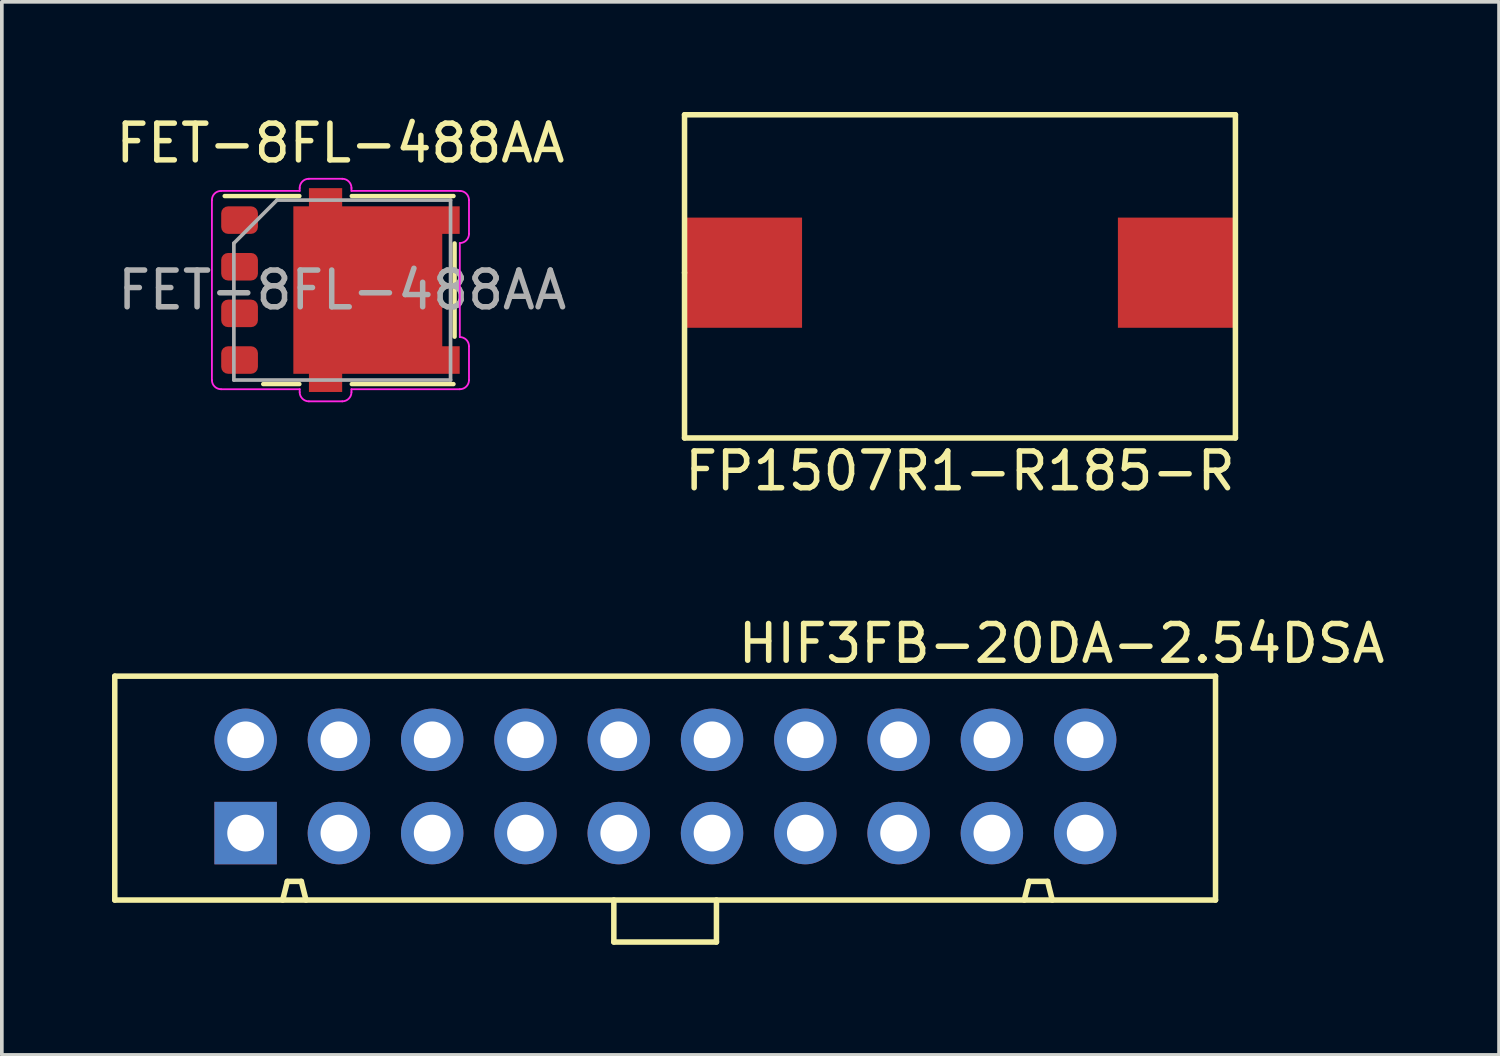
<source format=kicad_pcb>
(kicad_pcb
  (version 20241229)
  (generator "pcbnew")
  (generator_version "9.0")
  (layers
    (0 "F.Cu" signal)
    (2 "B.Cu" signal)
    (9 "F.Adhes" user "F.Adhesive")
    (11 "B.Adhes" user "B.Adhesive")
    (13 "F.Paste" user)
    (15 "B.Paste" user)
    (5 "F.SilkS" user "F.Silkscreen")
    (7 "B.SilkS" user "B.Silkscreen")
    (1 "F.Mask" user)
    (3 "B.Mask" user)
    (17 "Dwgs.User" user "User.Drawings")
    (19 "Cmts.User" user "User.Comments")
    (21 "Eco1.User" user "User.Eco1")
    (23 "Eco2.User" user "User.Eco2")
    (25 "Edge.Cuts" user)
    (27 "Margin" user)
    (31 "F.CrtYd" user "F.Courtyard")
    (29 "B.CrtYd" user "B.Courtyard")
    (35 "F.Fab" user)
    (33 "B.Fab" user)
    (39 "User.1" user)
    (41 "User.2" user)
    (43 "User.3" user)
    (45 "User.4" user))
  (footprint "FP1507R1-R185-R"
    (layer "F.Cu")
    (at 23.089 4.375)
    (property "Reference" "FP1507R1-R185-R" (at 0 5.4 0) (layer "F.SilkS") (effects (font (size 1 1) (thickness 0.15))))
    (attr through_hole)
    (fp_line (start -7.5 -4.3) (end 7.5 -4.3) (stroke (width 0.15) (type solid)) (layer "F.SilkS"))
    (fp_line (start -7.5 0) (end -7.5 -4.3) (stroke (width 0.15) (type solid)) (layer "F.SilkS"))
    (fp_line (start -7.5 4.5) (end -7.5 0) (stroke (width 0.15) (type solid)) (layer "F.SilkS"))
    (fp_line (start 7.5 -4.3) (end 7.5 4.5) (stroke (width 0.15) (type solid)) (layer "F.SilkS"))
    (fp_line (start 7.5 4.5) (end -7.5 4.5) (stroke (width 0.15) (type solid)) (layer "F.SilkS"))
    (pad "1" smd rect (at 5.9 0) (size 3.2 3) (layers "F.Cu" "F.Mask" "F.Paste"))
    (pad "2" smd rect (at -5.9 0) (size 3.2 3) (layers "F.Cu" "F.Mask" "F.Paste")))
  (footprint "HIF3FB-20DA-2.54DSA"
    (layer "F.Cu")
    (at 15.061 18.409)
    (property "Reference" "HIF3FB-20DA-2.54DSA" (at 10.795 -3.937 0) (layer "F.SilkS") (effects (font (size 1 1) (thickness 0.15))))
    (attr through_hole)
    (fp_line (start -14.986 -3.048) (end 14.986 -3.048) (stroke (width 0.15) (type solid)) (layer "F.SilkS"))
    (fp_line (start -14.986 3.048) (end -14.986 -3.048) (stroke (width 0.15) (type solid)) (layer "F.SilkS"))
    (fp_line (start -10.414 3.048) (end -10.287 2.54) (stroke (width 0.15) (type solid)) (layer "F.SilkS"))
    (fp_line (start -10.287 2.54) (end -9.906 2.54) (stroke (width 0.15) (type solid)) (layer "F.SilkS"))
    (fp_line (start -9.906 2.54) (end -9.779 3.048) (stroke (width 0.15) (type solid)) (layer "F.SilkS"))
    (fp_line (start -1.397 3.048) (end -1.397 4.191) (stroke (width 0.15) (type solid)) (layer "F.SilkS"))
    (fp_line (start -1.397 4.191) (end 1.397 4.191) (stroke (width 0.15) (type solid)) (layer "F.SilkS"))
    (fp_line (start 1.397 4.191) (end 1.397 3.048) (stroke (width 0.15) (type solid)) (layer "F.SilkS"))
    (fp_line (start 9.779 3.048) (end 9.906 2.54) (stroke (width 0.15) (type solid)) (layer "F.SilkS"))
    (fp_line (start 9.906 2.54) (end 10.414 2.54) (stroke (width 0.15) (type solid)) (layer "F.SilkS"))
    (fp_line (start 10.414 2.54) (end 10.541 3.048) (stroke (width 0.15) (type solid)) (layer "F.SilkS"))
    (fp_line (start 14.986 -3.048) (end 14.986 3.048) (stroke (width 0.15) (type solid)) (layer "F.SilkS"))
    (fp_line (start 14.986 3.048) (end -14.986 3.048) (stroke (width 0.15) (type solid)) (layer "F.SilkS"))
    (pad "1" thru_hole rect (at -11.423 1.225 90) (size 1.7 1.7) (drill 1) (layers "*.Cu" "*.Mask"))
    (pad "2" thru_hole oval (at -11.423 -1.315 90) (size 1.7 1.7) (drill 1) (layers "*.Cu" "*.Mask"))
    (pad "3" thru_hole oval (at -8.883 1.225 90) (size 1.7 1.7) (drill 1) (layers "*.Cu" "*.Mask"))
    (pad "4" thru_hole oval (at -8.883 -1.315 90) (size 1.7 1.7) (drill 1) (layers "*.Cu" "*.Mask"))
    (pad "5" thru_hole oval (at -6.343 1.225 90) (size 1.7 1.7) (drill 1) (layers "*.Cu" "*.Mask"))
    (pad "6" thru_hole oval (at -6.343 -1.315 90) (size 1.7 1.7) (drill 1) (layers "*.Cu" "*.Mask"))
    (pad "7" thru_hole oval (at -3.803 1.225 90) (size 1.7 1.7) (drill 1) (layers "*.Cu" "*.Mask"))
    (pad "8" thru_hole oval (at -3.803 -1.315 90) (size 1.7 1.7) (drill 1) (layers "*.Cu" "*.Mask"))
    (pad "9" thru_hole oval (at -1.263 1.225 90) (size 1.7 1.7) (drill 1) (layers "*.Cu" "*.Mask"))
    (pad "10" thru_hole oval (at -1.263 -1.315 90) (size 1.7 1.7) (drill 1) (layers "*.Cu" "*.Mask"))
    (pad "11" thru_hole oval (at 1.277 1.225 90) (size 1.7 1.7) (drill 1) (layers "*.Cu" "*.Mask"))
    (pad "12" thru_hole oval (at 1.277 -1.315 90) (size 1.7 1.7) (drill 1) (layers "*.Cu" "*.Mask"))
    (pad "13" thru_hole oval (at 3.817 1.225 90) (size 1.7 1.7) (drill 1) (layers "*.Cu" "*.Mask"))
    (pad "14" thru_hole oval (at 3.817 -1.315 90) (size 1.7 1.7) (drill 1) (layers "*.Cu" "*.Mask"))
    (pad "15" thru_hole oval (at 6.357 1.225 90) (size 1.7 1.7) (drill 1) (layers "*.Cu" "*.Mask"))
    (pad "16" thru_hole oval (at 6.357 -1.315 90) (size 1.7 1.7) (drill 1) (layers "*.Cu" "*.Mask"))
    (pad "17" thru_hole oval (at 8.897 1.225 90) (size 1.7 1.7) (drill 1) (layers "*.Cu" "*.Mask"))
    (pad "18" thru_hole oval (at 8.897 -1.315 90) (size 1.7 1.7) (drill 1) (layers "*.Cu" "*.Mask"))
    (pad "19" thru_hole oval (at 11.437 1.225 90) (size 1.7 1.7) (drill 1) (layers "*.Cu" "*.Mask"))
    (pad "20" thru_hole oval (at 11.437 -1.315 90) (size 1.7 1.7) (drill 1) (layers "*.Cu" "*.Mask")))
  (footprint "FET-8FL-488AA"
    (layer "F.Cu")
    (at 6.22 4.848)
    (property "Reference" "FET-8FL-488AA" (at 0 -4 0) (layer "F.SilkS") (effects (font (size 1 1) (thickness 0.15))))
    (attr through_hole)
    (fp_line (start -1.118 -2.56) (end -3.152 -2.56) (stroke (width 0.12) (type solid)) (layer "F.SilkS"))
    (fp_line (start -1.118 2.56) (end -2.103 2.56) (stroke (width 0.12) (type solid)) (layer "F.SilkS"))
    (fp_line (start 3.078 -2.56) (end 0.308 -2.56) (stroke (width 0.12) (type solid)) (layer "F.SilkS"))
    (fp_line (start 3.078 2.56) (end 0.308 2.56) (stroke (width 0.12) (type solid)) (layer "F.SilkS"))
    (fp_line (start 3.108 -1.27) (end 3.108 1.27) (stroke (width 0.12) (type solid)) (layer "F.SilkS"))
    (fp_line (start -3.5 2.45) (end -3.5 -2.45) (stroke (width 0.05) (type solid)) (layer "F.CrtYd"))
    (fp_line (start -3.25 -2.7) (end -1.11 -2.7) (stroke (width 0.05) (type solid)) (layer "F.CrtYd"))
    (fp_line (start -3.25 2.7) (end -1.11 2.7) (stroke (width 0.05) (type solid)) (layer "F.CrtYd"))
    (fp_line (start -1.11 -2.78) (end -1.11 -2.7) (stroke (width 0.05) (type solid)) (layer "F.CrtYd"))
    (fp_line (start -1.11 2.7) (end -1.11 2.78) (stroke (width 0.05) (type solid)) (layer "F.CrtYd"))
    (fp_line (start -0.86 -3.03) (end 0.05 -3.03) (stroke (width 0.05) (type solid)) (layer "F.CrtYd"))
    (fp_line (start -0.86 3.03) (end 0.05 3.03) (stroke (width 0.05) (type solid)) (layer "F.CrtYd"))
    (fp_line (start 0.3 -2.7) (end 0.3 -2.78) (stroke (width 0.05) (type solid)) (layer "F.CrtYd"))
    (fp_line (start 0.3 -2.7) (end 3.25 -2.7) (stroke (width 0.05) (type solid)) (layer "F.CrtYd"))
    (fp_line (start 0.3 2.7) (end 3.25 2.7) (stroke (width 0.05) (type solid)) (layer "F.CrtYd"))
    (fp_line (start 0.3 2.78) (end 0.3 2.7) (stroke (width 0.05) (type solid)) (layer "F.CrtYd"))
    (fp_line (start 3.25 1.28) (end 3.25 -1.28) (stroke (width 0.05) (type solid)) (layer "F.CrtYd"))
    (fp_line (start 3.5 -1.53) (end 3.5 -2.45) (stroke (width 0.05) (type solid)) (layer "F.CrtYd"))
    (fp_line (start 3.5 2.45) (end 3.5 1.53) (stroke (width 0.05) (type solid)) (layer "F.CrtYd"))
    (fp_arc (start -3.5 -2.45) (mid -3.426777 -2.626777) (end -3.25 -2.7) (stroke (width 0.05) (type solid)) (layer "F.CrtYd"))
    (fp_arc (start -3.25 2.7) (mid -3.426777 2.626777) (end -3.5 2.45) (stroke (width 0.05) (type solid)) (layer "F.CrtYd"))
    (fp_arc (start -1.11 -2.78) (mid -1.036777 -2.956777) (end -0.86 -3.03) (stroke (width 0.05) (type solid)) (layer "F.CrtYd"))
    (fp_arc (start -0.86 3.03) (mid -1.036777 2.956777) (end -1.11 2.78) (stroke (width 0.05) (type solid)) (layer "F.CrtYd"))
    (fp_arc (start 0.05 -3.03) (mid 0.226777 -2.956777) (end 0.3 -2.78) (stroke (width 0.05) (type solid)) (layer "F.CrtYd"))
    (fp_arc (start 0.3 2.78) (mid 0.226777 2.956777) (end 0.05 3.03) (stroke (width 0.05) (type solid)) (layer "F.CrtYd"))
    (fp_arc (start 3.25 -2.7) (mid 3.426777 -2.626777) (end 3.5 -2.45) (stroke (width 0.05) (type solid)) (layer "F.CrtYd"))
    (fp_arc (start 3.25 1.28) (mid 3.426777 1.353223) (end 3.5 1.53) (stroke (width 0.05) (type solid)) (layer "F.CrtYd"))
    (fp_arc (start 3.5 -1.53) (mid 3.426777 -1.353223) (end 3.25 -1.28) (stroke (width 0.05) (type solid)) (layer "F.CrtYd"))
    (fp_arc (start 3.5 2.45) (mid 3.426777 2.626777) (end 3.25 2.7) (stroke (width 0.05) (type solid)) (layer "F.CrtYd"))
    (fp_line (start -2.902 -1.275) (end -2.902 2.45) (stroke (width 0.1) (type solid)) (layer "F.Fab"))
    (fp_line (start -1.727 -2.45) (end -2.902 -1.275) (stroke (width 0.1) (type solid)) (layer "F.Fab"))
    (fp_line (start 2.998 -2.45) (end -1.727 -2.45) (stroke (width 0.1) (type solid)) (layer "F.Fab"))
    (fp_line (start 2.998 -2.45) (end 2.998 2.45) (stroke (width 0.1) (type solid)) (layer "F.Fab"))
    (fp_line (start 2.998 2.45) (end -2.902 2.45) (stroke (width 0.1) (type solid)) (layer "F.Fab"))
    (fp_text user "${REFERENCE}" (at 0.048 0 0) (layer "F.Fab") (effects (font (size 1 1) (thickness 0.15))))
    (pad "1" smd roundrect (at -2.747 -1.905) (size 1 0.75) (layers "F.Cu" "F.Mask" "F.Paste") (roundrect_rratio 0.25))
    (pad "2" smd roundrect (at -2.747 -0.635) (size 1 0.75) (layers "F.Cu" "F.Mask" "F.Paste") (roundrect_rratio 0.25))
    (pad "3" smd roundrect (at -2.747 0.635) (size 1 0.75) (layers "F.Cu" "F.Mask" "F.Paste") (roundrect_rratio 0.25))
    (pad "4" smd roundrect (at -2.747 1.905) (size 1 0.75) (layers "F.Cu" "F.Mask" "F.Paste") (roundrect_rratio 0.25))
    (pad "5" smd custom (at 0.745 0) (size 4.055 4.56) (layers "F.Cu" "F.Mask" "F.Paste") (options (anchor rect)) (primitives (gr_poly (pts (xy -1.603 2.775) (xy -0.698 2.775) (xy -0.698 2.28) (xy 2.502 2.28) (xy 2.502 1.53) (xy 1.905 1.53) (xy 1.905 -1.53) (xy 2.502 -1.53) (xy 2.502 -2.28) (xy -0.698 -2.28) (xy -0.698 -2.775) (xy -1.603 -2.775)) (width 0) (fill yes)))))
  (gr_rect
    (start -3 -3)
    (end 37.767 25.674)
    (stroke (width 0.1) (type default))
    (fill no)
    (layer "Edge.Cuts")))
</source>
